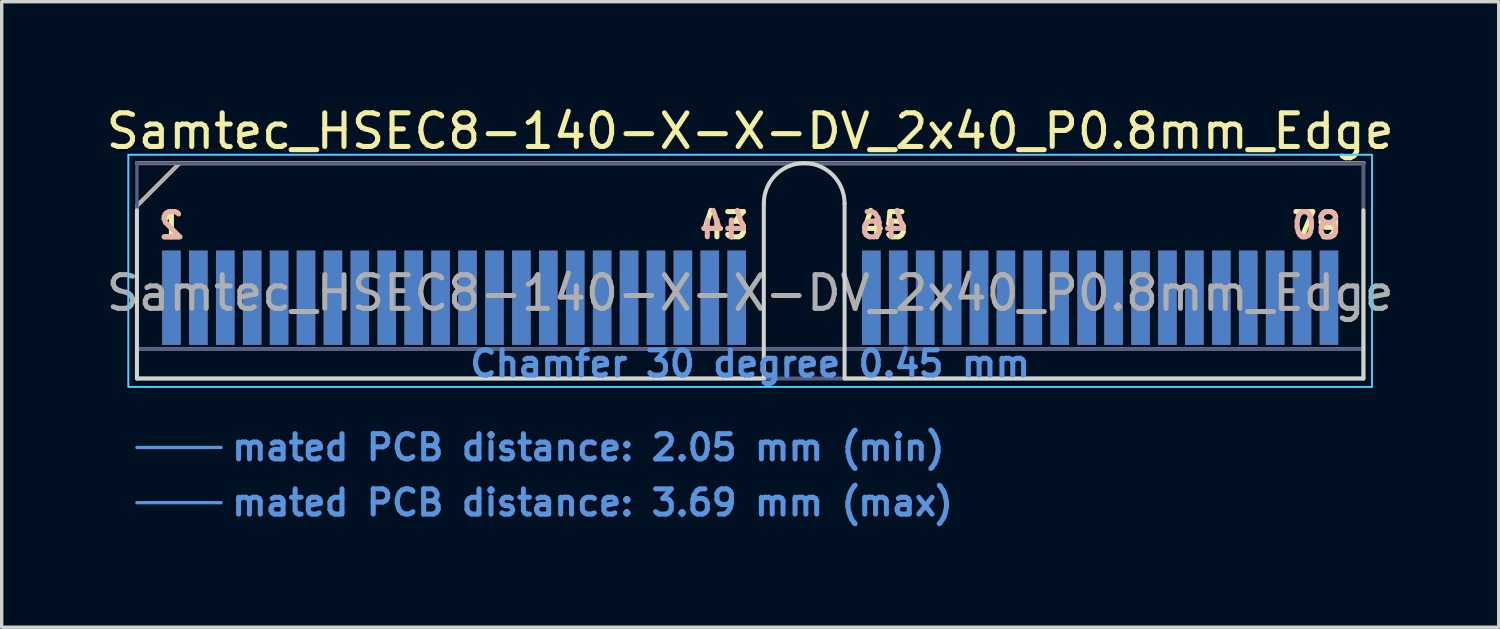
<source format=kicad_pcb>
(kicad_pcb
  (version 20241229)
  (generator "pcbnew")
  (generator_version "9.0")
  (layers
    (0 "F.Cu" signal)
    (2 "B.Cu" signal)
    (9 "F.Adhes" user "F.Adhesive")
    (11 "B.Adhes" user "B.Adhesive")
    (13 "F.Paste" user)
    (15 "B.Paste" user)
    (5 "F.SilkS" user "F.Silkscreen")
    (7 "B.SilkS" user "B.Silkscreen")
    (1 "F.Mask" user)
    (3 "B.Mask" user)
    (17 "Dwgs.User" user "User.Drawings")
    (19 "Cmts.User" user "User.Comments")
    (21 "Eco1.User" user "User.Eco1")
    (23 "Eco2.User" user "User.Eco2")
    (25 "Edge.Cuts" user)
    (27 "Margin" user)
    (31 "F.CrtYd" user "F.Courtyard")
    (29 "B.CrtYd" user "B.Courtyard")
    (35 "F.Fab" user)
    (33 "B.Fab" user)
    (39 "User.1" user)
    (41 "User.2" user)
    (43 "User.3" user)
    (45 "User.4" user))
  (footprint "Samtec_HSEC8-140-X-X-DV_2x40_P0.8mm_Edge"
    (layer "F.Cu")
    (at 19.244 8.198)
    (property "Reference" "Samtec_HSEC8-140-X-X-DV_2x40_P0.8mm_Edge" (at 0 -7.35 0) (layer "F.SilkS") (effects (font (size 1 1) (thickness 0.15))))
    (attr exclude_from_pos_files exclude_from_bom)
    (fp_line (start -18.225 -5.13) (end -16.955 -6.4) (stroke (width 0.12) (type solid)) (layer "F.SilkS"))
    (fp_line (start -16.955 -6.4) (end 18.225 -6.4) (stroke (width 0.12) (type solid)) (layer "F.SilkS"))
    (fp_line (start -18.225 -6.4) (end -18.225 -6.4) (stroke (width 0.12) (type solid)) (layer "B.SilkS"))
    (fp_line (start -18.225 -6.4) (end 18.225 -6.4) (stroke (width 0.12) (type solid)) (layer "B.SilkS"))
    (fp_line (start -18.225 2.05) (end -15.725 2.05) (stroke (width 0.1) (type solid)) (layer "Cmts.User"))
    (fp_line (start -18.225 3.69) (end -15.725 3.69) (stroke (width 0.1) (type solid)) (layer "Cmts.User"))
    (fp_line (start -18.225 -5) (end -18.225 0) (stroke (width 0.12) (type solid)) (layer "Edge.Cuts"))
    (fp_line (start -18.225 0) (end 0.405 0) (stroke (width 0.12) (type solid)) (layer "Edge.Cuts"))
    (fp_line (start 0.405 0) (end 0.405 -5.2) (stroke (width 0.12) (type solid)) (layer "Edge.Cuts"))
    (fp_line (start 2.805 -5.2) (end 2.805 0) (stroke (width 0.12) (type solid)) (layer "Edge.Cuts"))
    (fp_line (start 2.805 0) (end 18.225 0) (stroke (width 0.12) (type solid)) (layer "Edge.Cuts"))
    (fp_line (start 18.225 0) (end 18.225 -5) (stroke (width 0.12) (type solid)) (layer "Edge.Cuts"))
    (fp_arc (start 0.405 -5.2) (mid 1.605 -6.4) (end 2.805 -5.2) (stroke (width 0.12) (type solid)) (layer "Edge.Cuts"))
    (fp_rect (start -18.48 -6.65) (end 18.48 0.25) (stroke (width 0.05) (type solid)) (fill no) (layer "B.CrtYd"))
    (fp_rect (start -18.48 -6.65) (end 18.48 0.25) (stroke (width 0.05) (type solid)) (fill no) (layer "F.CrtYd"))
    (fp_line (start -18.225 -6.4) (end -18.225 -6.4) (stroke (width 0.1) (type solid)) (layer "B.Fab"))
    (fp_line (start -18.225 -6.4) (end -18.225 0) (stroke (width 0.1) (type solid)) (layer "B.Fab"))
    (fp_line (start -18.225 -6.4) (end 18.225 -6.4) (stroke (width 0.1) (type solid)) (layer "B.Fab"))
    (fp_line (start -18.225 -0.88) (end 18.225 -0.88) (stroke (width 0.1) (type solid)) (layer "B.Fab"))
    (fp_line (start -18.225 0) (end 18.225 0) (stroke (width 0.1) (type solid)) (layer "B.Fab"))
    (fp_line (start 18.225 -6.4) (end 18.225 0) (stroke (width 0.1) (type solid)) (layer "B.Fab"))
    (fp_line (start -18.225 -5.13) (end -18.225 0) (stroke (width 0.1) (type solid)) (layer "F.Fab"))
    (fp_line (start -18.225 -5.13) (end -16.955 -6.4) (stroke (width 0.1) (type solid)) (layer "F.Fab"))
    (fp_line (start -18.225 -0.88) (end 18.225 -0.88) (stroke (width 0.1) (type solid)) (layer "F.Fab"))
    (fp_line (start -18.225 0) (end 18.225 0) (stroke (width 0.1) (type solid)) (layer "F.Fab"))
    (fp_line (start -16.955 -6.4) (end 18.225 -6.4) (stroke (width 0.1) (type solid)) (layer "F.Fab"))
    (fp_line (start 18.225 -6.4) (end 18.225 0) (stroke (width 0.1) (type solid)) (layer "F.Fab"))
    (fp_text user "45" (at 3.975 -4.55 0) (layer "F.SilkS") (effects (font (size 0.75 0.75) (thickness 0.15))))
    (fp_text user "1" (at -17.2 -4.55 0) (layer "F.SilkS") (effects (font (size 0.75 0.75) (thickness 0.15))))
    (fp_text user "43" (at -0.775 -4.55 0) (layer "F.SilkS") (effects (font (size 0.75 0.75) (thickness 0.15))))
    (fp_text user "79" (at 16.825 -4.55 0) (layer "F.SilkS") (effects (font (size 0.75 0.75) (thickness 0.15))))
    (fp_text user "80" (at 16.825 -4.55 0) (layer "B.SilkS") (effects (font (size 0.75 0.75) (thickness 0.15)) (justify mirror)))
    (fp_text user "2" (at -17.2 -4.55 0) (layer "B.SilkS") (effects (font (size 0.75 0.75) (thickness 0.15)) (justify mirror)))
    (fp_text user "44" (at -0.775 -4.55 0) (layer "B.SilkS") (effects (font (size 0.75 0.75) (thickness 0.15)) (justify mirror)))
    (fp_text user "46" (at 3.975 -4.55 0) (layer "B.SilkS") (effects (font (size 0.75 0.75) (thickness 0.15)) (justify mirror)))
    (fp_text user "mated PCB distance: 3.69 mm (max)" (at -15.48 3.69 0) (layer "Cmts.User") (effects (font (size 0.75 0.75) (thickness 0.15)) (justify left)))
    (fp_text user "mated PCB distance: 2.05 mm (min)" (at -15.48 2.05 0) (layer "Cmts.User") (effects (font (size 0.75 0.75) (thickness 0.15)) (justify left)))
    (fp_text user "Chamfer 30 degree 0.45 mm" (at 0 -0.44 0) (layer "Cmts.User") (effects (font (size 0.75 0.75) (thickness 0.15))))
    (fp_text user "${REFERENCE}" (at 0 -2.54 0) (layer "F.Fab") (effects (font (size 1 1) (thickness 0.15))))
    (pad "1" connect rect (at -17.2 -2.4) (size 0.55 2.8) (layers "F.Cu" "F.Mask"))
    (pad "2" connect rect (at -17.2 -2.4) (size 0.55 2.8) (layers "B.Cu" "B.Mask"))
    (pad "3" connect rect (at -16.4 -2.4) (size 0.55 2.8) (layers "F.Cu" "F.Mask"))
    (pad "4" connect rect (at -16.4 -2.4) (size 0.55 2.8) (layers "B.Cu" "B.Mask"))
    (pad "5" connect rect (at -15.6 -2.4) (size 0.55 2.8) (layers "F.Cu" "F.Mask"))
    (pad "6" connect rect (at -15.6 -2.4) (size 0.55 2.8) (layers "B.Cu" "B.Mask"))
    (pad "7" connect rect (at -14.8 -2.4) (size 0.55 2.8) (layers "F.Cu" "F.Mask"))
    (pad "8" connect rect (at -14.8 -2.4) (size 0.55 2.8) (layers "B.Cu" "B.Mask"))
    (pad "9" connect rect (at -14 -2.4) (size 0.55 2.8) (layers "F.Cu" "F.Mask"))
    (pad "10" connect rect (at -14 -2.4) (size 0.55 2.8) (layers "B.Cu" "B.Mask"))
    (pad "11" connect rect (at -13.2 -2.4) (size 0.55 2.8) (layers "F.Cu" "F.Mask"))
    (pad "12" connect rect (at -13.2 -2.4) (size 0.55 2.8) (layers "B.Cu" "B.Mask"))
    (pad "13" connect rect (at -12.4 -2.4) (size 0.55 2.8) (layers "F.Cu" "F.Mask"))
    (pad "14" connect rect (at -12.4 -2.4) (size 0.55 2.8) (layers "B.Cu" "B.Mask"))
    (pad "15" connect rect (at -11.6 -2.4) (size 0.55 2.8) (layers "F.Cu" "F.Mask"))
    (pad "16" connect rect (at -11.6 -2.4) (size 0.55 2.8) (layers "B.Cu" "B.Mask"))
    (pad "17" connect rect (at -10.8 -2.4) (size 0.55 2.8) (layers "F.Cu" "F.Mask"))
    (pad "18" connect rect (at -10.8 -2.4) (size 0.55 2.8) (layers "B.Cu" "B.Mask"))
    (pad "19" connect rect (at -10 -2.4) (size 0.55 2.8) (layers "F.Cu" "F.Mask"))
    (pad "20" connect rect (at -10 -2.4) (size 0.55 2.8) (layers "B.Cu" "B.Mask"))
    (pad "21" connect rect (at -9.2 -2.4) (size 0.55 2.8) (layers "F.Cu" "F.Mask"))
    (pad "22" connect rect (at -9.2 -2.4) (size 0.55 2.8) (layers "B.Cu" "B.Mask"))
    (pad "23" connect rect (at -8.4 -2.4) (size 0.55 2.8) (layers "F.Cu" "F.Mask"))
    (pad "24" connect rect (at -8.4 -2.4) (size 0.55 2.8) (layers "B.Cu" "B.Mask"))
    (pad "25" connect rect (at -7.6 -2.4) (size 0.55 2.8) (layers "F.Cu" "F.Mask"))
    (pad "26" connect rect (at -7.6 -2.4) (size 0.55 2.8) (layers "B.Cu" "B.Mask"))
    (pad "27" connect rect (at -6.8 -2.4) (size 0.55 2.8) (layers "F.Cu" "F.Mask"))
    (pad "28" connect rect (at -6.8 -2.4) (size 0.55 2.8) (layers "B.Cu" "B.Mask"))
    (pad "29" connect rect (at -6 -2.4) (size 0.55 2.8) (layers "F.Cu" "F.Mask"))
    (pad "30" connect rect (at -6 -2.4) (size 0.55 2.8) (layers "B.Cu" "B.Mask"))
    (pad "31" connect rect (at -5.2 -2.4) (size 0.55 2.8) (layers "F.Cu" "F.Mask"))
    (pad "32" connect rect (at -5.2 -2.4) (size 0.55 2.8) (layers "B.Cu" "B.Mask"))
    (pad "33" connect rect (at -4.4 -2.4) (size 0.55 2.8) (layers "F.Cu" "F.Mask"))
    (pad "34" connect rect (at -4.4 -2.4) (size 0.55 2.8) (layers "B.Cu" "B.Mask"))
    (pad "35" connect rect (at -3.6 -2.4) (size 0.55 2.8) (layers "F.Cu" "F.Mask"))
    (pad "36" connect rect (at -3.6 -2.4) (size 0.55 2.8) (layers "B.Cu" "B.Mask"))
    (pad "37" connect rect (at -2.8 -2.4) (size 0.55 2.8) (layers "F.Cu" "F.Mask"))
    (pad "38" connect rect (at -2.8 -2.4) (size 0.55 2.8) (layers "B.Cu" "B.Mask"))
    (pad "39" connect rect (at -2 -2.4) (size 0.55 2.8) (layers "F.Cu" "F.Mask"))
    (pad "40" connect rect (at -2 -2.4) (size 0.55 2.8) (layers "B.Cu" "B.Mask"))
    (pad "41" connect rect (at -1.2 -2.4) (size 0.55 2.8) (layers "F.Cu" "F.Mask"))
    (pad "42" connect rect (at -1.2 -2.4) (size 0.55 2.8) (layers "B.Cu" "B.Mask"))
    (pad "43" connect rect (at -0.4 -2.4) (size 0.55 2.8) (layers "F.Cu" "F.Mask"))
    (pad "44" connect rect (at -0.4 -2.4) (size 0.55 2.8) (layers "B.Cu" "B.Mask"))
    (pad "45" connect rect (at 3.6 -2.4) (size 0.55 2.8) (layers "F.Cu" "F.Mask"))
    (pad "46" connect rect (at 3.6 -2.4) (size 0.55 2.8) (layers "B.Cu" "B.Mask"))
    (pad "47" connect rect (at 4.4 -2.4) (size 0.55 2.8) (layers "F.Cu" "F.Mask"))
    (pad "48" connect rect (at 4.4 -2.4) (size 0.55 2.8) (layers "B.Cu" "B.Mask"))
    (pad "49" connect rect (at 5.2 -2.4) (size 0.55 2.8) (layers "F.Cu" "F.Mask"))
    (pad "50" connect rect (at 5.2 -2.4) (size 0.55 2.8) (layers "B.Cu" "B.Mask"))
    (pad "51" connect rect (at 6 -2.4) (size 0.55 2.8) (layers "F.Cu" "F.Mask"))
    (pad "52" connect rect (at 6 -2.4) (size 0.55 2.8) (layers "B.Cu" "B.Mask"))
    (pad "53" connect rect (at 6.8 -2.4) (size 0.55 2.8) (layers "F.Cu" "F.Mask"))
    (pad "54" connect rect (at 6.8 -2.4) (size 0.55 2.8) (layers "B.Cu" "B.Mask"))
    (pad "55" connect rect (at 7.6 -2.4) (size 0.55 2.8) (layers "F.Cu" "F.Mask"))
    (pad "56" connect rect (at 7.6 -2.4) (size 0.55 2.8) (layers "B.Cu" "B.Mask"))
    (pad "57" connect rect (at 8.4 -2.4) (size 0.55 2.8) (layers "F.Cu" "F.Mask"))
    (pad "58" connect rect (at 8.4 -2.4) (size 0.55 2.8) (layers "B.Cu" "B.Mask"))
    (pad "59" connect rect (at 9.2 -2.4) (size 0.55 2.8) (layers "F.Cu" "F.Mask"))
    (pad "60" connect rect (at 9.2 -2.4) (size 0.55 2.8) (layers "B.Cu" "B.Mask"))
    (pad "61" connect rect (at 10 -2.4) (size 0.55 2.8) (layers "F.Cu" "F.Mask"))
    (pad "62" connect rect (at 10 -2.4) (size 0.55 2.8) (layers "B.Cu" "B.Mask"))
    (pad "63" connect rect (at 10.8 -2.4) (size 0.55 2.8) (layers "F.Cu" "F.Mask"))
    (pad "64" connect rect (at 10.8 -2.4) (size 0.55 2.8) (layers "B.Cu" "B.Mask"))
    (pad "65" connect rect (at 11.6 -2.4) (size 0.55 2.8) (layers "F.Cu" "F.Mask"))
    (pad "66" connect rect (at 11.6 -2.4) (size 0.55 2.8) (layers "B.Cu" "B.Mask"))
    (pad "67" connect rect (at 12.4 -2.4) (size 0.55 2.8) (layers "F.Cu" "F.Mask"))
    (pad "68" connect rect (at 12.4 -2.4) (size 0.55 2.8) (layers "B.Cu" "B.Mask"))
    (pad "69" connect rect (at 13.2 -2.4) (size 0.55 2.8) (layers "F.Cu" "F.Mask"))
    (pad "70" connect rect (at 13.2 -2.4) (size 0.55 2.8) (layers "B.Cu" "B.Mask"))
    (pad "71" connect rect (at 14 -2.4) (size 0.55 2.8) (layers "F.Cu" "F.Mask"))
    (pad "72" connect rect (at 14 -2.4) (size 0.55 2.8) (layers "B.Cu" "B.Mask"))
    (pad "73" connect rect (at 14.8 -2.4) (size 0.55 2.8) (layers "F.Cu" "F.Mask"))
    (pad "74" connect rect (at 14.8 -2.4) (size 0.55 2.8) (layers "B.Cu" "B.Mask"))
    (pad "75" connect rect (at 15.6 -2.4) (size 0.55 2.8) (layers "F.Cu" "F.Mask"))
    (pad "76" connect rect (at 15.6 -2.4) (size 0.55 2.8) (layers "B.Cu" "B.Mask"))
    (pad "77" connect rect (at 16.4 -2.4) (size 0.55 2.8) (layers "F.Cu" "F.Mask"))
    (pad "78" connect rect (at 16.4 -2.4) (size 0.55 2.8) (layers "B.Cu" "B.Mask"))
    (pad "79" connect rect (at 17.2 -2.4) (size 0.55 2.8) (layers "F.Cu" "F.Mask"))
    (pad "80" connect rect (at 17.2 -2.4) (size 0.55 2.8) (layers "B.Cu" "B.Mask")))
  (gr_rect
    (start -3 -3)
    (end 41.488 15.59)
    (stroke (width 0.1) (type default))
    (fill no)
    (layer "Edge.Cuts")))
</source>
